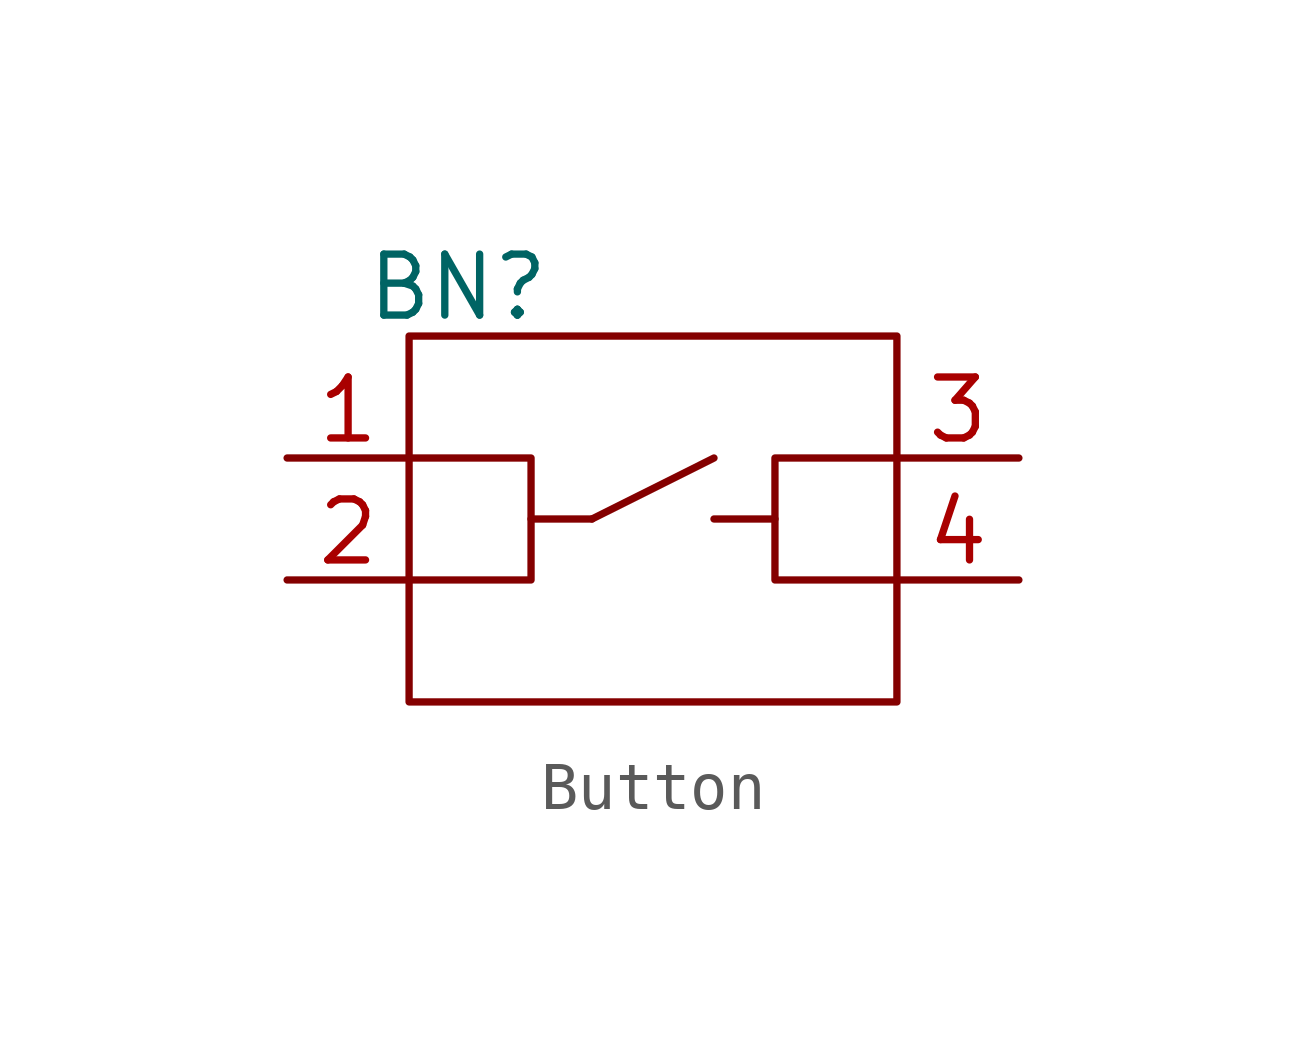
<source format=kicad_sym>
(kicad_symbol_lib
  (version 20231120)
  (generator "kicad_symbol_editor")
  (generator_version "8.0")
  (symbol "Button"
    (property "Reference" "BN"
      (at -4.064 4.826 0)
      (effects (font (size 1.27 1.27))))
    (property "Value" ""
      (at 0 -1.27 0)
      (effects (font (size 1.27 1.27))))
    (symbol "Button_0_1"
      (rectangle (start -5.08 3.81) (end 5.08 -3.81) (stroke (width 0) (type default)) (fill (type none)))
      (polyline (pts (xy -2.54 0) (xy -1.27 0)) (stroke (width 0) (type default)) (fill (type none)))
      (polyline (pts (xy -1.27 0) (xy 1.27 1.27)) (stroke (width 0) (type default)) (fill (type none)))
      (polyline (pts (xy 1.27 0) (xy 2.54 0)) (stroke (width 0) (type default)) (fill (type none)))
      (polyline (pts (xy -5.08 1.27) (xy -2.54 1.27) (xy -2.54 -1.27) (xy -5.08 -1.27)) (stroke (width 0) (type default)) (fill (type none)))
      (polyline (pts (xy 5.08 1.27) (xy 2.54 1.27) (xy 2.54 -1.27) (xy 5.08 -1.27)) (stroke (width 0) (type default)) (fill (type none))))
    (symbol "Button_1_1"
      (pin passive line (at -7.62 1.27 0) (length 2.54) (name "" (effects (font (size 1.27 1.27)))) (number "1" (effects (font (size 1.27 1.27)))))
      (pin passive line (at -7.62 -1.27 0) (length 2.54) (name "" (effects (font (size 1.27 1.27)))) (number "2" (effects (font (size 1.27 1.27)))))
      (pin passive line (at 7.62 1.27 180) (length 2.54) (name "" (effects (font (size 1.27 1.27)))) (number "3" (effects (font (size 1.27 1.27)))))
      (pin passive line (at 7.62 -1.27 180) (length 2.54) (name "" (effects (font (size 1.27 1.27)))) (number "4" (effects (font (size 1.27 1.27))))))))
</source>
